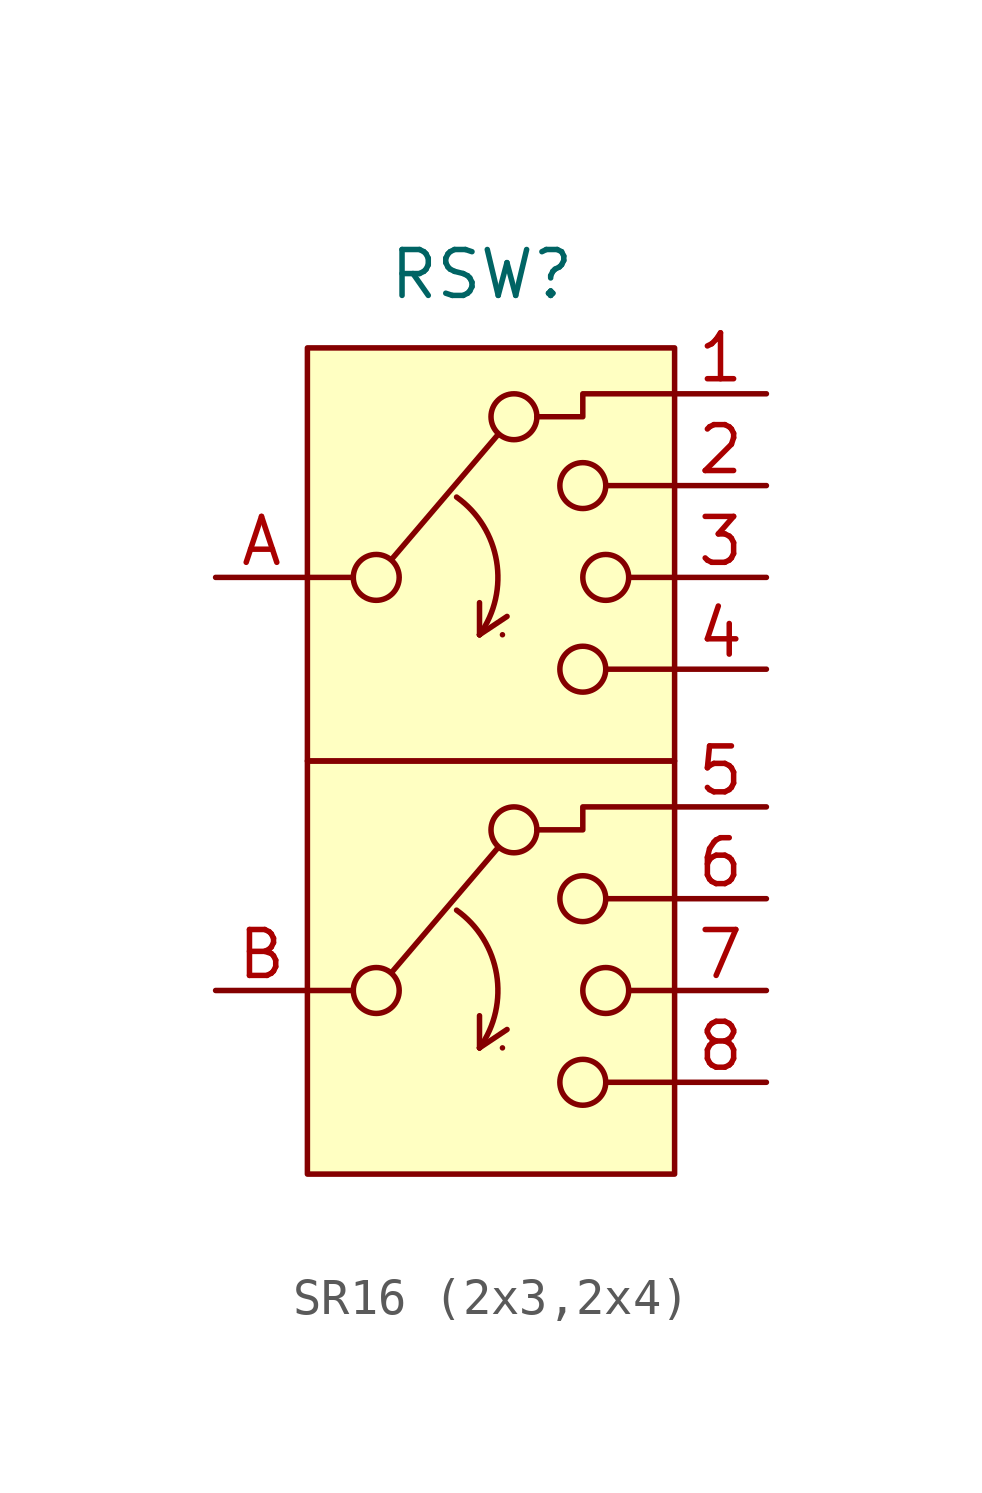
<source format=kicad_sym>
(kicad_symbol_lib
  (version 20231120)
  (generator "kicad_symbol_editor")
  (generator_version "8.0")
  (symbol "SR16 (2x3,2x4)"
    (property "Reference" "RSW"
      (at -0.254 13.462 0)
      (effects (font (size 1.27 1.27))))
    (property "Value" ""
      (at -3.81 -8.89 0)
      (effects (font (size 1.27 1.27))))
    (symbol "SR16 (2x3,2x4)_0_1"
      (circle (center -3.175 -6.35) (radius 0.635) (stroke (width 0) (type default)) (fill (type none)))
      (circle (center -3.175 5.08) (radius 0.635) (stroke (width 0) (type default)) (fill (type none)))
      (arc (start -0.3176 -7.9375) (mid 0.154 -5.901) (end -0.9526 -4.1275) (stroke (width 0) (type default)) (fill (type none)))
      (arc (start -0.3176 3.4925) (mid 0.154 5.529) (end -0.9526 7.3025) (stroke (width 0) (type default)) (fill (type none)))
      (polyline (pts (xy -5.08 -6.35) (xy -3.81 -6.35)) (stroke (width 0) (type default)) (fill (type none)))
      (polyline (pts (xy -5.08 5.08) (xy -3.81 5.08)) (stroke (width 0) (type default)) (fill (type none)))
      (polyline (pts (xy -2.743 -5.842) (xy 0.203 -2.388)) (stroke (width 0) (type default)) (fill (type none)))
      (polyline (pts (xy -2.743 5.588) (xy 0.203 9.042)) (stroke (width 0) (type default)) (fill (type none)))
      (polyline (pts (xy -0.318 -7.938) (xy -0.318 -7.938)) (stroke (width 0) (type default)) (fill (type none)))
      (polyline (pts (xy -0.318 -7.938) (xy -0.318 -7.048)) (stroke (width 0) (type default)) (fill (type none)))
      (polyline (pts (xy -0.318 -7.938) (xy 0.444 -7.429)) (stroke (width 0) (type default)) (fill (type none)))
      (polyline (pts (xy -0.318 3.493) (xy -0.318 3.493)) (stroke (width 0) (type default)) (fill (type none)))
      (polyline (pts (xy -0.318 3.493) (xy -0.318 4.381)) (stroke (width 0) (type default)) (fill (type none)))
      (polyline (pts (xy -0.318 3.493) (xy 0.444 4)) (stroke (width 0) (type default)) (fill (type none)))
      (polyline (pts (xy 0.317 -7.938) (xy 0.317 -7.938)) (stroke (width 0) (type default)) (fill (type none)))
      (polyline (pts (xy 0.317 3.493) (xy 0.317 3.493)) (stroke (width 0) (type default)) (fill (type none)))
      (polyline (pts (xy 5.08 -8.89) (xy 3.175 -8.89)) (stroke (width 0) (type default)) (fill (type none)))
      (polyline (pts (xy 5.08 -6.35) (xy 3.81 -6.35)) (stroke (width 0) (type default)) (fill (type none)))
      (polyline (pts (xy 5.08 -3.81) (xy 3.175 -3.81)) (stroke (width 0) (type default)) (fill (type none)))
      (polyline (pts (xy 5.08 2.54) (xy 3.175 2.54)) (stroke (width 0) (type default)) (fill (type none)))
      (polyline (pts (xy 5.08 5.08) (xy 3.81 5.08)) (stroke (width 0) (type default)) (fill (type none)))
      (polyline (pts (xy 5.08 7.62) (xy 3.175 7.62)) (stroke (width 0) (type default)) (fill (type none)))
      (polyline (pts (xy 5.08 -1.27) (xy 2.54 -1.27) (xy 2.54 -1.905) (xy 1.27 -1.905)) (stroke (width 0) (type default)) (fill (type none)))
      (polyline (pts (xy 5.08 10.16) (xy 2.54 10.16) (xy 2.54 9.525) (xy 1.27 9.525)) (stroke (width 0) (type default)) (fill (type none)))
      (circle (center 0.635 -1.905) (radius 0.635) (stroke (width 0) (type default)) (fill (type none)))
      (circle (center 0.635 9.525) (radius 0.635) (stroke (width 0) (type default)) (fill (type none)))
      (circle (center 2.54 -8.89) (radius 0.635) (stroke (width 0) (type default)) (fill (type none)))
      (circle (center 2.54 -3.81) (radius 0.635) (stroke (width 0) (type default)) (fill (type none)))
      (circle (center 2.54 2.54) (radius 0.635) (stroke (width 0) (type default)) (fill (type none)))
      (circle (center 2.54 7.62) (radius 0.635) (stroke (width 0) (type default)) (fill (type none)))
      (circle (center 3.175 -6.35) (radius 0.635) (stroke (width 0) (type default)) (fill (type none)))
      (circle (center 3.175 5.08) (radius 0.635) (stroke (width 0) (type default)) (fill (type none))))
    (symbol "SR16 (2x3,2x4)_1_1"
      (polyline (pts (xy -5.08 0) (xy 5.08 0) (xy 5.08 -11.43) (xy -5.08 -11.43) (xy -5.08 0) (xy -5.08 0)) (stroke (width 0) (type default)) (fill (type background)))
      (polyline (pts (xy -5.08 11.43) (xy 5.08 11.43) (xy 5.08 0) (xy -5.08 0) (xy -5.08 11.43) (xy -5.08 11.43)) (stroke (width 0) (type default)) (fill (type background)))
      (pin passive line (at 7.62 10.16 180) (length 2.54) (name "" (effects (font (size 1.27 1.27)))) (number "1" (effects (font (size 1.27 1.27)))))
      (pin passive line (at 7.62 7.62 180) (length 2.54) (name "" (effects (font (size 1.27 1.27)))) (number "2" (effects (font (size 1.27 1.27)))))
      (pin passive line (at 7.62 5.08 180) (length 2.54) (name "" (effects (font (size 1.27 1.27)))) (number "3" (effects (font (size 1.27 1.27)))))
      (pin passive line (at 7.62 2.54 180) (length 2.54) (name "" (effects (font (size 1.27 1.27)))) (number "4" (effects (font (size 1.27 1.27)))))
      (pin passive line (at 7.62 -1.27 180) (length 2.54) (name "" (effects (font (size 1.27 1.27)))) (number "5" (effects (font (size 1.27 1.27)))))
      (pin passive line (at 7.62 -3.81 180) (length 2.54) (name "" (effects (font (size 1.27 1.27)))) (number "6" (effects (font (size 1.27 1.27)))))
      (pin passive line (at 7.62 -6.35 180) (length 2.54) (name "" (effects (font (size 1.27 1.27)))) (number "7" (effects (font (size 1.27 1.27)))))
      (pin passive line (at 7.62 -8.89 180) (length 2.54) (name "" (effects (font (size 1.27 1.27)))) (number "8" (effects (font (size 1.27 1.27)))))
      (pin passive line (at -7.62 5.08 0) (length 2.54) (name "" (effects (font (size 1.27 1.27)))) (number "A" (effects (font (size 1.27 1.27)))))
      (pin passive line (at -7.62 -6.35 0) (length 2.54) (name "" (effects (font (size 1.27 1.27)))) (number "B" (effects (font (size 1.27 1.27))))))))
</source>
